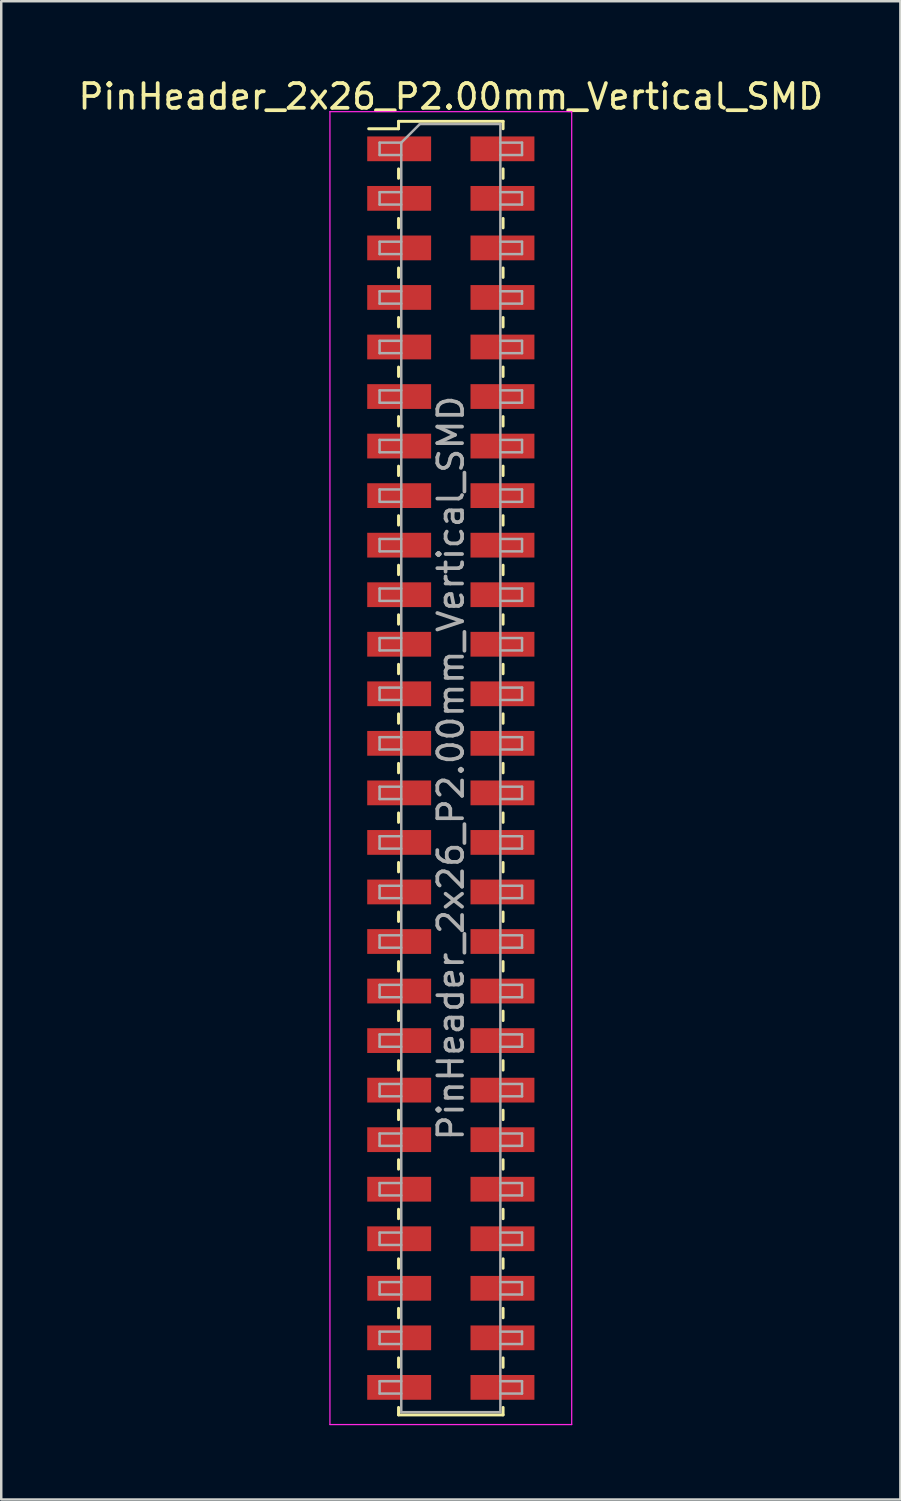
<source format=kicad_pcb>
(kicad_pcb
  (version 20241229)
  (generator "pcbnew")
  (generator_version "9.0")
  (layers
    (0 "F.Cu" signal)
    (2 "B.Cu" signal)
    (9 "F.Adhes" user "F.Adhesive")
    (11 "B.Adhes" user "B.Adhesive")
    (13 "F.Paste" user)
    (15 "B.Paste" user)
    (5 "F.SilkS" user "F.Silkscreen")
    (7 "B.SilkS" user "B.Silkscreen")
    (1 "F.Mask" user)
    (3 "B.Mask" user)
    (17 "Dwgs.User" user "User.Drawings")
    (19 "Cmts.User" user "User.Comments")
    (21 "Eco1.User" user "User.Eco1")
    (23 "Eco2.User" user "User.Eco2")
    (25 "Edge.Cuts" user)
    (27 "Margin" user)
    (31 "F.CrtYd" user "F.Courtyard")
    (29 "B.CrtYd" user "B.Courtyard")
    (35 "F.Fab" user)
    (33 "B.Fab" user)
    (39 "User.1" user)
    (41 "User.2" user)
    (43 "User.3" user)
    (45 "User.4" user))
  (footprint "PinHeader_2x26_P2.00mm_Vertical_SMD"
    (layer "F.Cu")
    (at 15.149 27.958)
    (property "Reference" "PinHeader_2x26_P2.00mm_Vertical_SMD" (at 0 -27.11 0) (layer "F.SilkS") (effects (font (size 1 1) (thickness 0.15))))
    (attr smd)
    (fp_line (start -3.315 -25.81) (end -2.11 -25.81) (stroke (width 0.12) (type solid)) (layer "F.SilkS"))
    (fp_line (start -2.11 -26.11) (end -2.11 -25.81) (stroke (width 0.12) (type solid)) (layer "F.SilkS"))
    (fp_line (start -2.11 -26.11) (end 2.11 -26.11) (stroke (width 0.12) (type solid)) (layer "F.SilkS"))
    (fp_line (start -2.11 -24.19) (end -2.11 -23.81) (stroke (width 0.12) (type solid)) (layer "F.SilkS"))
    (fp_line (start -2.11 -22.19) (end -2.11 -21.81) (stroke (width 0.12) (type solid)) (layer "F.SilkS"))
    (fp_line (start -2.11 -20.19) (end -2.11 -19.81) (stroke (width 0.12) (type solid)) (layer "F.SilkS"))
    (fp_line (start -2.11 -18.19) (end -2.11 -17.81) (stroke (width 0.12) (type solid)) (layer "F.SilkS"))
    (fp_line (start -2.11 -16.19) (end -2.11 -15.81) (stroke (width 0.12) (type solid)) (layer "F.SilkS"))
    (fp_line (start -2.11 -14.19) (end -2.11 -13.81) (stroke (width 0.12) (type solid)) (layer "F.SilkS"))
    (fp_line (start -2.11 -12.19) (end -2.11 -11.81) (stroke (width 0.12) (type solid)) (layer "F.SilkS"))
    (fp_line (start -2.11 -10.19) (end -2.11 -9.81) (stroke (width 0.12) (type solid)) (layer "F.SilkS"))
    (fp_line (start -2.11 -8.19) (end -2.11 -7.81) (stroke (width 0.12) (type solid)) (layer "F.SilkS"))
    (fp_line (start -2.11 -6.19) (end -2.11 -5.81) (stroke (width 0.12) (type solid)) (layer "F.SilkS"))
    (fp_line (start -2.11 -4.19) (end -2.11 -3.81) (stroke (width 0.12) (type solid)) (layer "F.SilkS"))
    (fp_line (start -2.11 -2.19) (end -2.11 -1.81) (stroke (width 0.12) (type solid)) (layer "F.SilkS"))
    (fp_line (start -2.11 -0.19) (end -2.11 0.19) (stroke (width 0.12) (type solid)) (layer "F.SilkS"))
    (fp_line (start -2.11 1.81) (end -2.11 2.19) (stroke (width 0.12) (type solid)) (layer "F.SilkS"))
    (fp_line (start -2.11 3.81) (end -2.11 4.19) (stroke (width 0.12) (type solid)) (layer "F.SilkS"))
    (fp_line (start -2.11 5.81) (end -2.11 6.19) (stroke (width 0.12) (type solid)) (layer "F.SilkS"))
    (fp_line (start -2.11 7.81) (end -2.11 8.19) (stroke (width 0.12) (type solid)) (layer "F.SilkS"))
    (fp_line (start -2.11 9.81) (end -2.11 10.19) (stroke (width 0.12) (type solid)) (layer "F.SilkS"))
    (fp_line (start -2.11 11.81) (end -2.11 12.19) (stroke (width 0.12) (type solid)) (layer "F.SilkS"))
    (fp_line (start -2.11 13.81) (end -2.11 14.19) (stroke (width 0.12) (type solid)) (layer "F.SilkS"))
    (fp_line (start -2.11 15.81) (end -2.11 16.19) (stroke (width 0.12) (type solid)) (layer "F.SilkS"))
    (fp_line (start -2.11 17.81) (end -2.11 18.19) (stroke (width 0.12) (type solid)) (layer "F.SilkS"))
    (fp_line (start -2.11 19.81) (end -2.11 20.19) (stroke (width 0.12) (type solid)) (layer "F.SilkS"))
    (fp_line (start -2.11 21.81) (end -2.11 22.19) (stroke (width 0.12) (type solid)) (layer "F.SilkS"))
    (fp_line (start -2.11 23.81) (end -2.11 24.19) (stroke (width 0.12) (type solid)) (layer "F.SilkS"))
    (fp_line (start -2.11 25.81) (end -2.11 26.11) (stroke (width 0.12) (type solid)) (layer "F.SilkS"))
    (fp_line (start -2.11 26.11) (end 2.11 26.11) (stroke (width 0.12) (type solid)) (layer "F.SilkS"))
    (fp_line (start 2.11 -26.11) (end 2.11 -25.81) (stroke (width 0.12) (type solid)) (layer "F.SilkS"))
    (fp_line (start 2.11 -24.19) (end 2.11 -23.81) (stroke (width 0.12) (type solid)) (layer "F.SilkS"))
    (fp_line (start 2.11 -22.19) (end 2.11 -21.81) (stroke (width 0.12) (type solid)) (layer "F.SilkS"))
    (fp_line (start 2.11 -20.19) (end 2.11 -19.81) (stroke (width 0.12) (type solid)) (layer "F.SilkS"))
    (fp_line (start 2.11 -18.19) (end 2.11 -17.81) (stroke (width 0.12) (type solid)) (layer "F.SilkS"))
    (fp_line (start 2.11 -16.19) (end 2.11 -15.81) (stroke (width 0.12) (type solid)) (layer "F.SilkS"))
    (fp_line (start 2.11 -14.19) (end 2.11 -13.81) (stroke (width 0.12) (type solid)) (layer "F.SilkS"))
    (fp_line (start 2.11 -12.19) (end 2.11 -11.81) (stroke (width 0.12) (type solid)) (layer "F.SilkS"))
    (fp_line (start 2.11 -10.19) (end 2.11 -9.81) (stroke (width 0.12) (type solid)) (layer "F.SilkS"))
    (fp_line (start 2.11 -8.19) (end 2.11 -7.81) (stroke (width 0.12) (type solid)) (layer "F.SilkS"))
    (fp_line (start 2.11 -6.19) (end 2.11 -5.81) (stroke (width 0.12) (type solid)) (layer "F.SilkS"))
    (fp_line (start 2.11 -4.19) (end 2.11 -3.81) (stroke (width 0.12) (type solid)) (layer "F.SilkS"))
    (fp_line (start 2.11 -2.19) (end 2.11 -1.81) (stroke (width 0.12) (type solid)) (layer "F.SilkS"))
    (fp_line (start 2.11 -0.19) (end 2.11 0.19) (stroke (width 0.12) (type solid)) (layer "F.SilkS"))
    (fp_line (start 2.11 1.81) (end 2.11 2.19) (stroke (width 0.12) (type solid)) (layer "F.SilkS"))
    (fp_line (start 2.11 3.81) (end 2.11 4.19) (stroke (width 0.12) (type solid)) (layer "F.SilkS"))
    (fp_line (start 2.11 5.81) (end 2.11 6.19) (stroke (width 0.12) (type solid)) (layer "F.SilkS"))
    (fp_line (start 2.11 7.81) (end 2.11 8.19) (stroke (width 0.12) (type solid)) (layer "F.SilkS"))
    (fp_line (start 2.11 9.81) (end 2.11 10.19) (stroke (width 0.12) (type solid)) (layer "F.SilkS"))
    (fp_line (start 2.11 11.81) (end 2.11 12.19) (stroke (width 0.12) (type solid)) (layer "F.SilkS"))
    (fp_line (start 2.11 13.81) (end 2.11 14.19) (stroke (width 0.12) (type solid)) (layer "F.SilkS"))
    (fp_line (start 2.11 15.81) (end 2.11 16.19) (stroke (width 0.12) (type solid)) (layer "F.SilkS"))
    (fp_line (start 2.11 17.81) (end 2.11 18.19) (stroke (width 0.12) (type solid)) (layer "F.SilkS"))
    (fp_line (start 2.11 19.81) (end 2.11 20.19) (stroke (width 0.12) (type solid)) (layer "F.SilkS"))
    (fp_line (start 2.11 21.81) (end 2.11 22.19) (stroke (width 0.12) (type solid)) (layer "F.SilkS"))
    (fp_line (start 2.11 23.81) (end 2.11 24.19) (stroke (width 0.12) (type solid)) (layer "F.SilkS"))
    (fp_line (start 2.11 25.81) (end 2.11 26.11) (stroke (width 0.12) (type solid)) (layer "F.SilkS"))
    (fp_line (start -4.88 -26.5) (end -4.88 26.5) (stroke (width 0.05) (type solid)) (layer "F.CrtYd"))
    (fp_line (start -4.88 26.5) (end 4.88 26.5) (stroke (width 0.05) (type solid)) (layer "F.CrtYd"))
    (fp_line (start 4.88 -26.5) (end -4.88 -26.5) (stroke (width 0.05) (type solid)) (layer "F.CrtYd"))
    (fp_line (start 4.88 26.5) (end 4.88 -26.5) (stroke (width 0.05) (type solid)) (layer "F.CrtYd"))
    (fp_line (start -2.875 -25.25) (end -2.875 -24.75) (stroke (width 0.1) (type solid)) (layer "F.Fab"))
    (fp_line (start -2.875 -24.75) (end -2 -24.75) (stroke (width 0.1) (type solid)) (layer "F.Fab"))
    (fp_line (start -2.875 -23.25) (end -2.875 -22.75) (stroke (width 0.1) (type solid)) (layer "F.Fab"))
    (fp_line (start -2.875 -22.75) (end -2 -22.75) (stroke (width 0.1) (type solid)) (layer "F.Fab"))
    (fp_line (start -2.875 -21.25) (end -2.875 -20.75) (stroke (width 0.1) (type solid)) (layer "F.Fab"))
    (fp_line (start -2.875 -20.75) (end -2 -20.75) (stroke (width 0.1) (type solid)) (layer "F.Fab"))
    (fp_line (start -2.875 -19.25) (end -2.875 -18.75) (stroke (width 0.1) (type solid)) (layer "F.Fab"))
    (fp_line (start -2.875 -18.75) (end -2 -18.75) (stroke (width 0.1) (type solid)) (layer "F.Fab"))
    (fp_line (start -2.875 -17.25) (end -2.875 -16.75) (stroke (width 0.1) (type solid)) (layer "F.Fab"))
    (fp_line (start -2.875 -16.75) (end -2 -16.75) (stroke (width 0.1) (type solid)) (layer "F.Fab"))
    (fp_line (start -2.875 -15.25) (end -2.875 -14.75) (stroke (width 0.1) (type solid)) (layer "F.Fab"))
    (fp_line (start -2.875 -14.75) (end -2 -14.75) (stroke (width 0.1) (type solid)) (layer "F.Fab"))
    (fp_line (start -2.875 -13.25) (end -2.875 -12.75) (stroke (width 0.1) (type solid)) (layer "F.Fab"))
    (fp_line (start -2.875 -12.75) (end -2 -12.75) (stroke (width 0.1) (type solid)) (layer "F.Fab"))
    (fp_line (start -2.875 -11.25) (end -2.875 -10.75) (stroke (width 0.1) (type solid)) (layer "F.Fab"))
    (fp_line (start -2.875 -10.75) (end -2 -10.75) (stroke (width 0.1) (type solid)) (layer "F.Fab"))
    (fp_line (start -2.875 -9.25) (end -2.875 -8.75) (stroke (width 0.1) (type solid)) (layer "F.Fab"))
    (fp_line (start -2.875 -8.75) (end -2 -8.75) (stroke (width 0.1) (type solid)) (layer "F.Fab"))
    (fp_line (start -2.875 -7.25) (end -2.875 -6.75) (stroke (width 0.1) (type solid)) (layer "F.Fab"))
    (fp_line (start -2.875 -6.75) (end -2 -6.75) (stroke (width 0.1) (type solid)) (layer "F.Fab"))
    (fp_line (start -2.875 -5.25) (end -2.875 -4.75) (stroke (width 0.1) (type solid)) (layer "F.Fab"))
    (fp_line (start -2.875 -4.75) (end -2 -4.75) (stroke (width 0.1) (type solid)) (layer "F.Fab"))
    (fp_line (start -2.875 -3.25) (end -2.875 -2.75) (stroke (width 0.1) (type solid)) (layer "F.Fab"))
    (fp_line (start -2.875 -2.75) (end -2 -2.75) (stroke (width 0.1) (type solid)) (layer "F.Fab"))
    (fp_line (start -2.875 -1.25) (end -2.875 -0.75) (stroke (width 0.1) (type solid)) (layer "F.Fab"))
    (fp_line (start -2.875 -0.75) (end -2 -0.75) (stroke (width 0.1) (type solid)) (layer "F.Fab"))
    (fp_line (start -2.875 0.75) (end -2.875 1.25) (stroke (width 0.1) (type solid)) (layer "F.Fab"))
    (fp_line (start -2.875 1.25) (end -2 1.25) (stroke (width 0.1) (type solid)) (layer "F.Fab"))
    (fp_line (start -2.875 2.75) (end -2.875 3.25) (stroke (width 0.1) (type solid)) (layer "F.Fab"))
    (fp_line (start -2.875 3.25) (end -2 3.25) (stroke (width 0.1) (type solid)) (layer "F.Fab"))
    (fp_line (start -2.875 4.75) (end -2.875 5.25) (stroke (width 0.1) (type solid)) (layer "F.Fab"))
    (fp_line (start -2.875 5.25) (end -2 5.25) (stroke (width 0.1) (type solid)) (layer "F.Fab"))
    (fp_line (start -2.875 6.75) (end -2.875 7.25) (stroke (width 0.1) (type solid)) (layer "F.Fab"))
    (fp_line (start -2.875 7.25) (end -2 7.25) (stroke (width 0.1) (type solid)) (layer "F.Fab"))
    (fp_line (start -2.875 8.75) (end -2.875 9.25) (stroke (width 0.1) (type solid)) (layer "F.Fab"))
    (fp_line (start -2.875 9.25) (end -2 9.25) (stroke (width 0.1) (type solid)) (layer "F.Fab"))
    (fp_line (start -2.875 10.75) (end -2.875 11.25) (stroke (width 0.1) (type solid)) (layer "F.Fab"))
    (fp_line (start -2.875 11.25) (end -2 11.25) (stroke (width 0.1) (type solid)) (layer "F.Fab"))
    (fp_line (start -2.875 12.75) (end -2.875 13.25) (stroke (width 0.1) (type solid)) (layer "F.Fab"))
    (fp_line (start -2.875 13.25) (end -2 13.25) (stroke (width 0.1) (type solid)) (layer "F.Fab"))
    (fp_line (start -2.875 14.75) (end -2.875 15.25) (stroke (width 0.1) (type solid)) (layer "F.Fab"))
    (fp_line (start -2.875 15.25) (end -2 15.25) (stroke (width 0.1) (type solid)) (layer "F.Fab"))
    (fp_line (start -2.875 16.75) (end -2.875 17.25) (stroke (width 0.1) (type solid)) (layer "F.Fab"))
    (fp_line (start -2.875 17.25) (end -2 17.25) (stroke (width 0.1) (type solid)) (layer "F.Fab"))
    (fp_line (start -2.875 18.75) (end -2.875 19.25) (stroke (width 0.1) (type solid)) (layer "F.Fab"))
    (fp_line (start -2.875 19.25) (end -2 19.25) (stroke (width 0.1) (type solid)) (layer "F.Fab"))
    (fp_line (start -2.875 20.75) (end -2.875 21.25) (stroke (width 0.1) (type solid)) (layer "F.Fab"))
    (fp_line (start -2.875 21.25) (end -2 21.25) (stroke (width 0.1) (type solid)) (layer "F.Fab"))
    (fp_line (start -2.875 22.75) (end -2.875 23.25) (stroke (width 0.1) (type solid)) (layer "F.Fab"))
    (fp_line (start -2.875 23.25) (end -2 23.25) (stroke (width 0.1) (type solid)) (layer "F.Fab"))
    (fp_line (start -2.875 24.75) (end -2.875 25.25) (stroke (width 0.1) (type solid)) (layer "F.Fab"))
    (fp_line (start -2.875 25.25) (end -2 25.25) (stroke (width 0.1) (type solid)) (layer "F.Fab"))
    (fp_line (start -2 -25.25) (end -2.875 -25.25) (stroke (width 0.1) (type solid)) (layer "F.Fab"))
    (fp_line (start -2 -25.25) (end -1.25 -26) (stroke (width 0.1) (type solid)) (layer "F.Fab"))
    (fp_line (start -2 -23.25) (end -2.875 -23.25) (stroke (width 0.1) (type solid)) (layer "F.Fab"))
    (fp_line (start -2 -21.25) (end -2.875 -21.25) (stroke (width 0.1) (type solid)) (layer "F.Fab"))
    (fp_line (start -2 -19.25) (end -2.875 -19.25) (stroke (width 0.1) (type solid)) (layer "F.Fab"))
    (fp_line (start -2 -17.25) (end -2.875 -17.25) (stroke (width 0.1) (type solid)) (layer "F.Fab"))
    (fp_line (start -2 -15.25) (end -2.875 -15.25) (stroke (width 0.1) (type solid)) (layer "F.Fab"))
    (fp_line (start -2 -13.25) (end -2.875 -13.25) (stroke (width 0.1) (type solid)) (layer "F.Fab"))
    (fp_line (start -2 -11.25) (end -2.875 -11.25) (stroke (width 0.1) (type solid)) (layer "F.Fab"))
    (fp_line (start -2 -9.25) (end -2.875 -9.25) (stroke (width 0.1) (type solid)) (layer "F.Fab"))
    (fp_line (start -2 -7.25) (end -2.875 -7.25) (stroke (width 0.1) (type solid)) (layer "F.Fab"))
    (fp_line (start -2 -5.25) (end -2.875 -5.25) (stroke (width 0.1) (type solid)) (layer "F.Fab"))
    (fp_line (start -2 -3.25) (end -2.875 -3.25) (stroke (width 0.1) (type solid)) (layer "F.Fab"))
    (fp_line (start -2 -1.25) (end -2.875 -1.25) (stroke (width 0.1) (type solid)) (layer "F.Fab"))
    (fp_line (start -2 0.75) (end -2.875 0.75) (stroke (width 0.1) (type solid)) (layer "F.Fab"))
    (fp_line (start -2 2.75) (end -2.875 2.75) (stroke (width 0.1) (type solid)) (layer "F.Fab"))
    (fp_line (start -2 4.75) (end -2.875 4.75) (stroke (width 0.1) (type solid)) (layer "F.Fab"))
    (fp_line (start -2 6.75) (end -2.875 6.75) (stroke (width 0.1) (type solid)) (layer "F.Fab"))
    (fp_line (start -2 8.75) (end -2.875 8.75) (stroke (width 0.1) (type solid)) (layer "F.Fab"))
    (fp_line (start -2 10.75) (end -2.875 10.75) (stroke (width 0.1) (type solid)) (layer "F.Fab"))
    (fp_line (start -2 12.75) (end -2.875 12.75) (stroke (width 0.1) (type solid)) (layer "F.Fab"))
    (fp_line (start -2 14.75) (end -2.875 14.75) (stroke (width 0.1) (type solid)) (layer "F.Fab"))
    (fp_line (start -2 16.75) (end -2.875 16.75) (stroke (width 0.1) (type solid)) (layer "F.Fab"))
    (fp_line (start -2 18.75) (end -2.875 18.75) (stroke (width 0.1) (type solid)) (layer "F.Fab"))
    (fp_line (start -2 20.75) (end -2.875 20.75) (stroke (width 0.1) (type solid)) (layer "F.Fab"))
    (fp_line (start -2 22.75) (end -2.875 22.75) (stroke (width 0.1) (type solid)) (layer "F.Fab"))
    (fp_line (start -2 24.75) (end -2.875 24.75) (stroke (width 0.1) (type solid)) (layer "F.Fab"))
    (fp_line (start -2 26) (end -2 -25.25) (stroke (width 0.1) (type solid)) (layer "F.Fab"))
    (fp_line (start -1.25 -26) (end 2 -26) (stroke (width 0.1) (type solid)) (layer "F.Fab"))
    (fp_line (start 2 -26) (end 2 26) (stroke (width 0.1) (type solid)) (layer "F.Fab"))
    (fp_line (start 2 -25.25) (end 2.875 -25.25) (stroke (width 0.1) (type solid)) (layer "F.Fab"))
    (fp_line (start 2 -23.25) (end 2.875 -23.25) (stroke (width 0.1) (type solid)) (layer "F.Fab"))
    (fp_line (start 2 -21.25) (end 2.875 -21.25) (stroke (width 0.1) (type solid)) (layer "F.Fab"))
    (fp_line (start 2 -19.25) (end 2.875 -19.25) (stroke (width 0.1) (type solid)) (layer "F.Fab"))
    (fp_line (start 2 -17.25) (end 2.875 -17.25) (stroke (width 0.1) (type solid)) (layer "F.Fab"))
    (fp_line (start 2 -15.25) (end 2.875 -15.25) (stroke (width 0.1) (type solid)) (layer "F.Fab"))
    (fp_line (start 2 -13.25) (end 2.875 -13.25) (stroke (width 0.1) (type solid)) (layer "F.Fab"))
    (fp_line (start 2 -11.25) (end 2.875 -11.25) (stroke (width 0.1) (type solid)) (layer "F.Fab"))
    (fp_line (start 2 -9.25) (end 2.875 -9.25) (stroke (width 0.1) (type solid)) (layer "F.Fab"))
    (fp_line (start 2 -7.25) (end 2.875 -7.25) (stroke (width 0.1) (type solid)) (layer "F.Fab"))
    (fp_line (start 2 -5.25) (end 2.875 -5.25) (stroke (width 0.1) (type solid)) (layer "F.Fab"))
    (fp_line (start 2 -3.25) (end 2.875 -3.25) (stroke (width 0.1) (type solid)) (layer "F.Fab"))
    (fp_line (start 2 -1.25) (end 2.875 -1.25) (stroke (width 0.1) (type solid)) (layer "F.Fab"))
    (fp_line (start 2 0.75) (end 2.875 0.75) (stroke (width 0.1) (type solid)) (layer "F.Fab"))
    (fp_line (start 2 2.75) (end 2.875 2.75) (stroke (width 0.1) (type solid)) (layer "F.Fab"))
    (fp_line (start 2 4.75) (end 2.875 4.75) (stroke (width 0.1) (type solid)) (layer "F.Fab"))
    (fp_line (start 2 6.75) (end 2.875 6.75) (stroke (width 0.1) (type solid)) (layer "F.Fab"))
    (fp_line (start 2 8.75) (end 2.875 8.75) (stroke (width 0.1) (type solid)) (layer "F.Fab"))
    (fp_line (start 2 10.75) (end 2.875 10.75) (stroke (width 0.1) (type solid)) (layer "F.Fab"))
    (fp_line (start 2 12.75) (end 2.875 12.75) (stroke (width 0.1) (type solid)) (layer "F.Fab"))
    (fp_line (start 2 14.75) (end 2.875 14.75) (stroke (width 0.1) (type solid)) (layer "F.Fab"))
    (fp_line (start 2 16.75) (end 2.875 16.75) (stroke (width 0.1) (type solid)) (layer "F.Fab"))
    (fp_line (start 2 18.75) (end 2.875 18.75) (stroke (width 0.1) (type solid)) (layer "F.Fab"))
    (fp_line (start 2 20.75) (end 2.875 20.75) (stroke (width 0.1) (type solid)) (layer "F.Fab"))
    (fp_line (start 2 22.75) (end 2.875 22.75) (stroke (width 0.1) (type solid)) (layer "F.Fab"))
    (fp_line (start 2 24.75) (end 2.875 24.75) (stroke (width 0.1) (type solid)) (layer "F.Fab"))
    (fp_line (start 2 26) (end -2 26) (stroke (width 0.1) (type solid)) (layer "F.Fab"))
    (fp_line (start 2.875 -25.25) (end 2.875 -24.75) (stroke (width 0.1) (type solid)) (layer "F.Fab"))
    (fp_line (start 2.875 -24.75) (end 2 -24.75) (stroke (width 0.1) (type solid)) (layer "F.Fab"))
    (fp_line (start 2.875 -23.25) (end 2.875 -22.75) (stroke (width 0.1) (type solid)) (layer "F.Fab"))
    (fp_line (start 2.875 -22.75) (end 2 -22.75) (stroke (width 0.1) (type solid)) (layer "F.Fab"))
    (fp_line (start 2.875 -21.25) (end 2.875 -20.75) (stroke (width 0.1) (type solid)) (layer "F.Fab"))
    (fp_line (start 2.875 -20.75) (end 2 -20.75) (stroke (width 0.1) (type solid)) (layer "F.Fab"))
    (fp_line (start 2.875 -19.25) (end 2.875 -18.75) (stroke (width 0.1) (type solid)) (layer "F.Fab"))
    (fp_line (start 2.875 -18.75) (end 2 -18.75) (stroke (width 0.1) (type solid)) (layer "F.Fab"))
    (fp_line (start 2.875 -17.25) (end 2.875 -16.75) (stroke (width 0.1) (type solid)) (layer "F.Fab"))
    (fp_line (start 2.875 -16.75) (end 2 -16.75) (stroke (width 0.1) (type solid)) (layer "F.Fab"))
    (fp_line (start 2.875 -15.25) (end 2.875 -14.75) (stroke (width 0.1) (type solid)) (layer "F.Fab"))
    (fp_line (start 2.875 -14.75) (end 2 -14.75) (stroke (width 0.1) (type solid)) (layer "F.Fab"))
    (fp_line (start 2.875 -13.25) (end 2.875 -12.75) (stroke (width 0.1) (type solid)) (layer "F.Fab"))
    (fp_line (start 2.875 -12.75) (end 2 -12.75) (stroke (width 0.1) (type solid)) (layer "F.Fab"))
    (fp_line (start 2.875 -11.25) (end 2.875 -10.75) (stroke (width 0.1) (type solid)) (layer "F.Fab"))
    (fp_line (start 2.875 -10.75) (end 2 -10.75) (stroke (width 0.1) (type solid)) (layer "F.Fab"))
    (fp_line (start 2.875 -9.25) (end 2.875 -8.75) (stroke (width 0.1) (type solid)) (layer "F.Fab"))
    (fp_line (start 2.875 -8.75) (end 2 -8.75) (stroke (width 0.1) (type solid)) (layer "F.Fab"))
    (fp_line (start 2.875 -7.25) (end 2.875 -6.75) (stroke (width 0.1) (type solid)) (layer "F.Fab"))
    (fp_line (start 2.875 -6.75) (end 2 -6.75) (stroke (width 0.1) (type solid)) (layer "F.Fab"))
    (fp_line (start 2.875 -5.25) (end 2.875 -4.75) (stroke (width 0.1) (type solid)) (layer "F.Fab"))
    (fp_line (start 2.875 -4.75) (end 2 -4.75) (stroke (width 0.1) (type solid)) (layer "F.Fab"))
    (fp_line (start 2.875 -3.25) (end 2.875 -2.75) (stroke (width 0.1) (type solid)) (layer "F.Fab"))
    (fp_line (start 2.875 -2.75) (end 2 -2.75) (stroke (width 0.1) (type solid)) (layer "F.Fab"))
    (fp_line (start 2.875 -1.25) (end 2.875 -0.75) (stroke (width 0.1) (type solid)) (layer "F.Fab"))
    (fp_line (start 2.875 -0.75) (end 2 -0.75) (stroke (width 0.1) (type solid)) (layer "F.Fab"))
    (fp_line (start 2.875 0.75) (end 2.875 1.25) (stroke (width 0.1) (type solid)) (layer "F.Fab"))
    (fp_line (start 2.875 1.25) (end 2 1.25) (stroke (width 0.1) (type solid)) (layer "F.Fab"))
    (fp_line (start 2.875 2.75) (end 2.875 3.25) (stroke (width 0.1) (type solid)) (layer "F.Fab"))
    (fp_line (start 2.875 3.25) (end 2 3.25) (stroke (width 0.1) (type solid)) (layer "F.Fab"))
    (fp_line (start 2.875 4.75) (end 2.875 5.25) (stroke (width 0.1) (type solid)) (layer "F.Fab"))
    (fp_line (start 2.875 5.25) (end 2 5.25) (stroke (width 0.1) (type solid)) (layer "F.Fab"))
    (fp_line (start 2.875 6.75) (end 2.875 7.25) (stroke (width 0.1) (type solid)) (layer "F.Fab"))
    (fp_line (start 2.875 7.25) (end 2 7.25) (stroke (width 0.1) (type solid)) (layer "F.Fab"))
    (fp_line (start 2.875 8.75) (end 2.875 9.25) (stroke (width 0.1) (type solid)) (layer "F.Fab"))
    (fp_line (start 2.875 9.25) (end 2 9.25) (stroke (width 0.1) (type solid)) (layer "F.Fab"))
    (fp_line (start 2.875 10.75) (end 2.875 11.25) (stroke (width 0.1) (type solid)) (layer "F.Fab"))
    (fp_line (start 2.875 11.25) (end 2 11.25) (stroke (width 0.1) (type solid)) (layer "F.Fab"))
    (fp_line (start 2.875 12.75) (end 2.875 13.25) (stroke (width 0.1) (type solid)) (layer "F.Fab"))
    (fp_line (start 2.875 13.25) (end 2 13.25) (stroke (width 0.1) (type solid)) (layer "F.Fab"))
    (fp_line (start 2.875 14.75) (end 2.875 15.25) (stroke (width 0.1) (type solid)) (layer "F.Fab"))
    (fp_line (start 2.875 15.25) (end 2 15.25) (stroke (width 0.1) (type solid)) (layer "F.Fab"))
    (fp_line (start 2.875 16.75) (end 2.875 17.25) (stroke (width 0.1) (type solid)) (layer "F.Fab"))
    (fp_line (start 2.875 17.25) (end 2 17.25) (stroke (width 0.1) (type solid)) (layer "F.Fab"))
    (fp_line (start 2.875 18.75) (end 2.875 19.25) (stroke (width 0.1) (type solid)) (layer "F.Fab"))
    (fp_line (start 2.875 19.25) (end 2 19.25) (stroke (width 0.1) (type solid)) (layer "F.Fab"))
    (fp_line (start 2.875 20.75) (end 2.875 21.25) (stroke (width 0.1) (type solid)) (layer "F.Fab"))
    (fp_line (start 2.875 21.25) (end 2 21.25) (stroke (width 0.1) (type solid)) (layer "F.Fab"))
    (fp_line (start 2.875 22.75) (end 2.875 23.25) (stroke (width 0.1) (type solid)) (layer "F.Fab"))
    (fp_line (start 2.875 23.25) (end 2 23.25) (stroke (width 0.1) (type solid)) (layer "F.Fab"))
    (fp_line (start 2.875 24.75) (end 2.875 25.25) (stroke (width 0.1) (type solid)) (layer "F.Fab"))
    (fp_line (start 2.875 25.25) (end 2 25.25) (stroke (width 0.1) (type solid)) (layer "F.Fab"))
    (fp_text user "${REFERENCE}" (at 0 0 90) (layer "F.Fab") (effects (font (size 1 1) (thickness 0.15))))
    (pad "1" smd rect (at -2.085 -25) (size 2.58 1) (layers "F.Cu" "F.Mask" "F.Paste"))
    (pad "2" smd rect (at 2.085 -25) (size 2.58 1) (layers "F.Cu" "F.Mask" "F.Paste"))
    (pad "3" smd rect (at -2.085 -23) (size 2.58 1) (layers "F.Cu" "F.Mask" "F.Paste"))
    (pad "4" smd rect (at 2.085 -23) (size 2.58 1) (layers "F.Cu" "F.Mask" "F.Paste"))
    (pad "5" smd rect (at -2.085 -21) (size 2.58 1) (layers "F.Cu" "F.Mask" "F.Paste"))
    (pad "6" smd rect (at 2.085 -21) (size 2.58 1) (layers "F.Cu" "F.Mask" "F.Paste"))
    (pad "7" smd rect (at -2.085 -19) (size 2.58 1) (layers "F.Cu" "F.Mask" "F.Paste"))
    (pad "8" smd rect (at 2.085 -19) (size 2.58 1) (layers "F.Cu" "F.Mask" "F.Paste"))
    (pad "9" smd rect (at -2.085 -17) (size 2.58 1) (layers "F.Cu" "F.Mask" "F.Paste"))
    (pad "10" smd rect (at 2.085 -17) (size 2.58 1) (layers "F.Cu" "F.Mask" "F.Paste"))
    (pad "11" smd rect (at -2.085 -15) (size 2.58 1) (layers "F.Cu" "F.Mask" "F.Paste"))
    (pad "12" smd rect (at 2.085 -15) (size 2.58 1) (layers "F.Cu" "F.Mask" "F.Paste"))
    (pad "13" smd rect (at -2.085 -13) (size 2.58 1) (layers "F.Cu" "F.Mask" "F.Paste"))
    (pad "14" smd rect (at 2.085 -13) (size 2.58 1) (layers "F.Cu" "F.Mask" "F.Paste"))
    (pad "15" smd rect (at -2.085 -11) (size 2.58 1) (layers "F.Cu" "F.Mask" "F.Paste"))
    (pad "16" smd rect (at 2.085 -11) (size 2.58 1) (layers "F.Cu" "F.Mask" "F.Paste"))
    (pad "17" smd rect (at -2.085 -9) (size 2.58 1) (layers "F.Cu" "F.Mask" "F.Paste"))
    (pad "18" smd rect (at 2.085 -9) (size 2.58 1) (layers "F.Cu" "F.Mask" "F.Paste"))
    (pad "19" smd rect (at -2.085 -7) (size 2.58 1) (layers "F.Cu" "F.Mask" "F.Paste"))
    (pad "20" smd rect (at 2.085 -7) (size 2.58 1) (layers "F.Cu" "F.Mask" "F.Paste"))
    (pad "21" smd rect (at -2.085 -5) (size 2.58 1) (layers "F.Cu" "F.Mask" "F.Paste"))
    (pad "22" smd rect (at 2.085 -5) (size 2.58 1) (layers "F.Cu" "F.Mask" "F.Paste"))
    (pad "23" smd rect (at -2.085 -3) (size 2.58 1) (layers "F.Cu" "F.Mask" "F.Paste"))
    (pad "24" smd rect (at 2.085 -3) (size 2.58 1) (layers "F.Cu" "F.Mask" "F.Paste"))
    (pad "25" smd rect (at -2.085 -1) (size 2.58 1) (layers "F.Cu" "F.Mask" "F.Paste"))
    (pad "26" smd rect (at 2.085 -1) (size 2.58 1) (layers "F.Cu" "F.Mask" "F.Paste"))
    (pad "27" smd rect (at -2.085 1) (size 2.58 1) (layers "F.Cu" "F.Mask" "F.Paste"))
    (pad "28" smd rect (at 2.085 1) (size 2.58 1) (layers "F.Cu" "F.Mask" "F.Paste"))
    (pad "29" smd rect (at -2.085 3) (size 2.58 1) (layers "F.Cu" "F.Mask" "F.Paste"))
    (pad "30" smd rect (at 2.085 3) (size 2.58 1) (layers "F.Cu" "F.Mask" "F.Paste"))
    (pad "31" smd rect (at -2.085 5) (size 2.58 1) (layers "F.Cu" "F.Mask" "F.Paste"))
    (pad "32" smd rect (at 2.085 5) (size 2.58 1) (layers "F.Cu" "F.Mask" "F.Paste"))
    (pad "33" smd rect (at -2.085 7) (size 2.58 1) (layers "F.Cu" "F.Mask" "F.Paste"))
    (pad "34" smd rect (at 2.085 7) (size 2.58 1) (layers "F.Cu" "F.Mask" "F.Paste"))
    (pad "35" smd rect (at -2.085 9) (size 2.58 1) (layers "F.Cu" "F.Mask" "F.Paste"))
    (pad "36" smd rect (at 2.085 9) (size 2.58 1) (layers "F.Cu" "F.Mask" "F.Paste"))
    (pad "37" smd rect (at -2.085 11) (size 2.58 1) (layers "F.Cu" "F.Mask" "F.Paste"))
    (pad "38" smd rect (at 2.085 11) (size 2.58 1) (layers "F.Cu" "F.Mask" "F.Paste"))
    (pad "39" smd rect (at -2.085 13) (size 2.58 1) (layers "F.Cu" "F.Mask" "F.Paste"))
    (pad "40" smd rect (at 2.085 13) (size 2.58 1) (layers "F.Cu" "F.Mask" "F.Paste"))
    (pad "41" smd rect (at -2.085 15) (size 2.58 1) (layers "F.Cu" "F.Mask" "F.Paste"))
    (pad "42" smd rect (at 2.085 15) (size 2.58 1) (layers "F.Cu" "F.Mask" "F.Paste"))
    (pad "43" smd rect (at -2.085 17) (size 2.58 1) (layers "F.Cu" "F.Mask" "F.Paste"))
    (pad "44" smd rect (at 2.085 17) (size 2.58 1) (layers "F.Cu" "F.Mask" "F.Paste"))
    (pad "45" smd rect (at -2.085 19) (size 2.58 1) (layers "F.Cu" "F.Mask" "F.Paste"))
    (pad "46" smd rect (at 2.085 19) (size 2.58 1) (layers "F.Cu" "F.Mask" "F.Paste"))
    (pad "47" smd rect (at -2.085 21) (size 2.58 1) (layers "F.Cu" "F.Mask" "F.Paste"))
    (pad "48" smd rect (at 2.085 21) (size 2.58 1) (layers "F.Cu" "F.Mask" "F.Paste"))
    (pad "49" smd rect (at -2.085 23) (size 2.58 1) (layers "F.Cu" "F.Mask" "F.Paste"))
    (pad "50" smd rect (at 2.085 23) (size 2.58 1) (layers "F.Cu" "F.Mask" "F.Paste"))
    (pad "51" smd rect (at -2.085 25) (size 2.58 1) (layers "F.Cu" "F.Mask" "F.Paste"))
    (pad "52" smd rect (at 2.085 25) (size 2.58 1) (layers "F.Cu" "F.Mask" "F.Paste")))
  (gr_rect
    (start -3 -3)
    (end 33.298 57.483)
    (stroke (width 0.1) (type default))
    (fill no)
    (layer "Edge.Cuts")))
</source>
